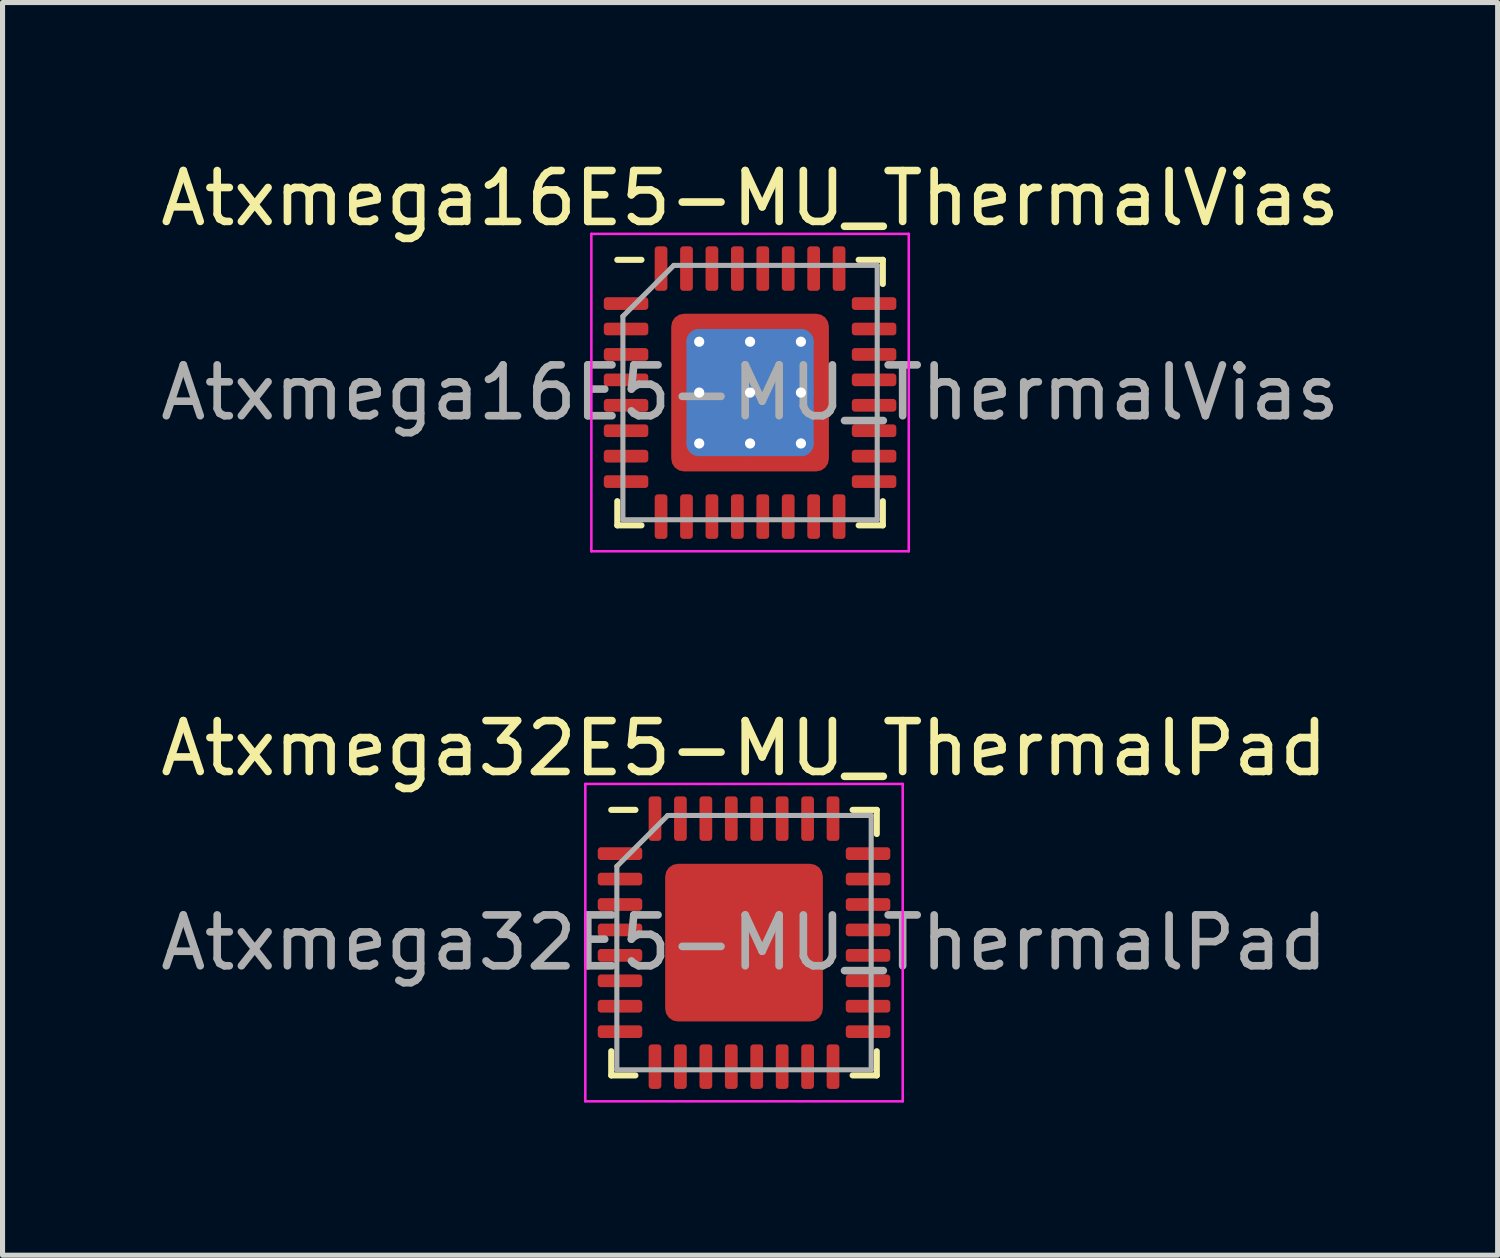
<source format=kicad_pcb>
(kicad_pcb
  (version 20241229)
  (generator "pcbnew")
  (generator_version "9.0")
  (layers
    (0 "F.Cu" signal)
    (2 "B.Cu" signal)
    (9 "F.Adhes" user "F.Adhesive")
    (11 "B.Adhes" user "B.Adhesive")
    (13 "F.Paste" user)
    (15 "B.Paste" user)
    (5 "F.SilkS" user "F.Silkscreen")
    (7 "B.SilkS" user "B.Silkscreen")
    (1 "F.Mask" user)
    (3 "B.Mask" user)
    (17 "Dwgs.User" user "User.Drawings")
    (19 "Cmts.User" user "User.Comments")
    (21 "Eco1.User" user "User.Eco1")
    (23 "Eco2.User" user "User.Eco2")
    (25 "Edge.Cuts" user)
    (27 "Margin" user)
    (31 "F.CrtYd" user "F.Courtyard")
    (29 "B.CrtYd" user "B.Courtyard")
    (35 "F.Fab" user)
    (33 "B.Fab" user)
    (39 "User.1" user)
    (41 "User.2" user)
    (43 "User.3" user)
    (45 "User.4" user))
  (footprint "Atxmega32E5-MU_ThermalPad"
    (layer "F.Cu")
    (at 11.577 15.482)
    (property "Reference" "Atxmega32E5-MU_ThermalPad" (at 0 -3.82 0) (layer "F.SilkS") (effects (font (size 1 1) (thickness 0.15))))
    (attr smd)
    (fp_line (start -2.61 2.61) (end -2.61 2.135) (stroke (width 0.12) (type solid)) (layer "F.SilkS"))
    (fp_line (start -2.135 -2.61) (end -2.61 -2.61) (stroke (width 0.12) (type solid)) (layer "F.SilkS"))
    (fp_line (start -2.135 2.61) (end -2.61 2.61) (stroke (width 0.12) (type solid)) (layer "F.SilkS"))
    (fp_line (start 2.135 -2.61) (end 2.61 -2.61) (stroke (width 0.12) (type solid)) (layer "F.SilkS"))
    (fp_line (start 2.135 2.61) (end 2.61 2.61) (stroke (width 0.12) (type solid)) (layer "F.SilkS"))
    (fp_line (start 2.61 -2.61) (end 2.61 -2.135) (stroke (width 0.12) (type solid)) (layer "F.SilkS"))
    (fp_line (start 2.61 2.61) (end 2.61 2.135) (stroke (width 0.12) (type solid)) (layer "F.SilkS"))
    (fp_line (start -3.12 -3.12) (end -3.12 3.12) (stroke (width 0.05) (type solid)) (layer "F.CrtYd"))
    (fp_line (start -3.12 3.12) (end 3.12 3.12) (stroke (width 0.05) (type solid)) (layer "F.CrtYd"))
    (fp_line (start 3.12 -3.12) (end -3.12 -3.12) (stroke (width 0.05) (type solid)) (layer "F.CrtYd"))
    (fp_line (start 3.12 3.12) (end 3.12 -3.12) (stroke (width 0.05) (type solid)) (layer "F.CrtYd"))
    (fp_line (start -2.5 -1.5) (end -1.5 -2.5) (stroke (width 0.1) (type solid)) (layer "F.Fab"))
    (fp_line (start -2.5 2.5) (end -2.5 -1.5) (stroke (width 0.1) (type solid)) (layer "F.Fab"))
    (fp_line (start -1.5 -2.5) (end 2.5 -2.5) (stroke (width 0.1) (type solid)) (layer "F.Fab"))
    (fp_line (start 2.5 -2.5) (end 2.5 2.5) (stroke (width 0.1) (type solid)) (layer "F.Fab"))
    (fp_line (start 2.5 2.5) (end -2.5 2.5) (stroke (width 0.1) (type solid)) (layer "F.Fab"))
    (fp_text user "${REFERENCE}" (at 0 0 0) (layer "F.Fab") (effects (font (size 1 1) (thickness 0.15))))
    (pad "" smd roundrect (at -1.03 -1.03) (size 0.83 0.83) (layers "F.Paste") (roundrect_rratio 0.25))
    (pad "" smd roundrect (at -1.03 0) (size 0.83 0.83) (layers "F.Paste") (roundrect_rratio 0.25))
    (pad "" smd roundrect (at -1.03 1.03) (size 0.83 0.83) (layers "F.Paste") (roundrect_rratio 0.25))
    (pad "" smd roundrect (at 0 -1.03) (size 0.83 0.83) (layers "F.Paste") (roundrect_rratio 0.25))
    (pad "" smd roundrect (at 0 0) (size 0.83 0.83) (layers "F.Paste") (roundrect_rratio 0.25))
    (pad "" smd roundrect (at 0 1.03) (size 0.83 0.83) (layers "F.Paste") (roundrect_rratio 0.25))
    (pad "" smd roundrect (at 1.03 -1.03) (size 0.83 0.83) (layers "F.Paste") (roundrect_rratio 0.25))
    (pad "" smd roundrect (at 1.03 0) (size 0.83 0.83) (layers "F.Paste") (roundrect_rratio 0.25))
    (pad "" smd roundrect (at 1.03 1.03) (size 0.83 0.83) (layers "F.Paste") (roundrect_rratio 0.25))
    (pad "1" smd roundrect (at -2.438 -1.75) (size 0.875 0.25) (layers "F.Cu" "F.Mask" "F.Paste") (roundrect_rratio 0.25))
    (pad "2" smd roundrect (at -2.438 -1.25) (size 0.875 0.25) (layers "F.Cu" "F.Mask" "F.Paste") (roundrect_rratio 0.25))
    (pad "3" smd roundrect (at -2.438 -0.75) (size 0.875 0.25) (layers "F.Cu" "F.Mask" "F.Paste") (roundrect_rratio 0.25))
    (pad "4" smd roundrect (at -2.438 -0.25) (size 0.875 0.25) (layers "F.Cu" "F.Mask" "F.Paste") (roundrect_rratio 0.25))
    (pad "5" smd roundrect (at -2.438 0.25) (size 0.875 0.25) (layers "F.Cu" "F.Mask" "F.Paste") (roundrect_rratio 0.25))
    (pad "6" smd roundrect (at -2.438 0.75) (size 0.875 0.25) (layers "F.Cu" "F.Mask" "F.Paste") (roundrect_rratio 0.25))
    (pad "7" smd roundrect (at -2.438 1.25) (size 0.875 0.25) (layers "F.Cu" "F.Mask" "F.Paste") (roundrect_rratio 0.25))
    (pad "8" smd roundrect (at -2.438 1.75) (size 0.875 0.25) (layers "F.Cu" "F.Mask" "F.Paste") (roundrect_rratio 0.25))
    (pad "9" smd roundrect (at -1.75 2.438) (size 0.25 0.875) (layers "F.Cu" "F.Mask" "F.Paste") (roundrect_rratio 0.25))
    (pad "10" smd roundrect (at -1.25 2.438) (size 0.25 0.875) (layers "F.Cu" "F.Mask" "F.Paste") (roundrect_rratio 0.25))
    (pad "11" smd roundrect (at -0.75 2.438) (size 0.25 0.875) (layers "F.Cu" "F.Mask" "F.Paste") (roundrect_rratio 0.25))
    (pad "12" smd roundrect (at -0.25 2.438) (size 0.25 0.875) (layers "F.Cu" "F.Mask" "F.Paste") (roundrect_rratio 0.25))
    (pad "13" smd roundrect (at 0.25 2.438) (size 0.25 0.875) (layers "F.Cu" "F.Mask" "F.Paste") (roundrect_rratio 0.25))
    (pad "14" smd roundrect (at 0.75 2.438) (size 0.25 0.875) (layers "F.Cu" "F.Mask" "F.Paste") (roundrect_rratio 0.25))
    (pad "15" smd roundrect (at 1.25 2.438) (size 0.25 0.875) (layers "F.Cu" "F.Mask" "F.Paste") (roundrect_rratio 0.25))
    (pad "16" smd roundrect (at 1.75 2.438) (size 0.25 0.875) (layers "F.Cu" "F.Mask" "F.Paste") (roundrect_rratio 0.25))
    (pad "17" smd roundrect (at 2.438 1.75) (size 0.875 0.25) (layers "F.Cu" "F.Mask" "F.Paste") (roundrect_rratio 0.25))
    (pad "18" smd roundrect (at 2.438 1.25) (size 0.875 0.25) (layers "F.Cu" "F.Mask" "F.Paste") (roundrect_rratio 0.25))
    (pad "19" smd roundrect (at 2.438 0.75) (size 0.875 0.25) (layers "F.Cu" "F.Mask" "F.Paste") (roundrect_rratio 0.25))
    (pad "20" smd roundrect (at 2.438 0.25) (size 0.875 0.25) (layers "F.Cu" "F.Mask" "F.Paste") (roundrect_rratio 0.25))
    (pad "21" smd roundrect (at 2.438 -0.25) (size 0.875 0.25) (layers "F.Cu" "F.Mask" "F.Paste") (roundrect_rratio 0.25))
    (pad "22" smd roundrect (at 2.438 -0.75) (size 0.875 0.25) (layers "F.Cu" "F.Mask" "F.Paste") (roundrect_rratio 0.25))
    (pad "23" smd roundrect (at 2.438 -1.25) (size 0.875 0.25) (layers "F.Cu" "F.Mask" "F.Paste") (roundrect_rratio 0.25))
    (pad "24" smd roundrect (at 2.438 -1.75) (size 0.875 0.25) (layers "F.Cu" "F.Mask" "F.Paste") (roundrect_rratio 0.25))
    (pad "25" smd roundrect (at 1.75 -2.438) (size 0.25 0.875) (layers "F.Cu" "F.Mask" "F.Paste") (roundrect_rratio 0.25))
    (pad "26" smd roundrect (at 1.25 -2.438) (size 0.25 0.875) (layers "F.Cu" "F.Mask" "F.Paste") (roundrect_rratio 0.25))
    (pad "27" smd roundrect (at 0.75 -2.438) (size 0.25 0.875) (layers "F.Cu" "F.Mask" "F.Paste") (roundrect_rratio 0.25))
    (pad "28" smd roundrect (at 0.25 -2.438) (size 0.25 0.875) (layers "F.Cu" "F.Mask" "F.Paste") (roundrect_rratio 0.25))
    (pad "29" smd roundrect (at -0.25 -2.438) (size 0.25 0.875) (layers "F.Cu" "F.Mask" "F.Paste") (roundrect_rratio 0.25))
    (pad "30" smd roundrect (at -0.75 -2.438) (size 0.25 0.875) (layers "F.Cu" "F.Mask" "F.Paste") (roundrect_rratio 0.25))
    (pad "31" smd roundrect (at -1.25 -2.438) (size 0.25 0.875) (layers "F.Cu" "F.Mask" "F.Paste") (roundrect_rratio 0.25))
    (pad "32" smd roundrect (at -1.75 -2.438) (size 0.25 0.875) (layers "F.Cu" "F.Mask" "F.Paste") (roundrect_rratio 0.25))
    (pad "33" smd roundrect (at 0 0) (size 3.1 3.1) (layers "F.Cu" "F.Mask") (roundrect_rratio 0.081)))
  (footprint "Atxmega16E5-MU_ThermalVias"
    (layer "F.Cu")
    (at 11.696 4.668)
    (property "Reference" "Atxmega16E5-MU_ThermalVias" (at 0 -3.82 0) (layer "F.SilkS") (effects (font (size 1 1) (thickness 0.15))))
    (attr smd)
    (fp_line (start -2.61 2.61) (end -2.61 2.135) (stroke (width 0.12) (type solid)) (layer "F.SilkS"))
    (fp_line (start -2.135 -2.61) (end -2.61 -2.61) (stroke (width 0.12) (type solid)) (layer "F.SilkS"))
    (fp_line (start -2.135 2.61) (end -2.61 2.61) (stroke (width 0.12) (type solid)) (layer "F.SilkS"))
    (fp_line (start 2.135 -2.61) (end 2.61 -2.61) (stroke (width 0.12) (type solid)) (layer "F.SilkS"))
    (fp_line (start 2.135 2.61) (end 2.61 2.61) (stroke (width 0.12) (type solid)) (layer "F.SilkS"))
    (fp_line (start 2.61 -2.61) (end 2.61 -2.135) (stroke (width 0.12) (type solid)) (layer "F.SilkS"))
    (fp_line (start 2.61 2.61) (end 2.61 2.135) (stroke (width 0.12) (type solid)) (layer "F.SilkS"))
    (fp_line (start -3.12 -3.12) (end -3.12 3.12) (stroke (width 0.05) (type solid)) (layer "F.CrtYd"))
    (fp_line (start -3.12 3.12) (end 3.12 3.12) (stroke (width 0.05) (type solid)) (layer "F.CrtYd"))
    (fp_line (start 3.12 -3.12) (end -3.12 -3.12) (stroke (width 0.05) (type solid)) (layer "F.CrtYd"))
    (fp_line (start 3.12 3.12) (end 3.12 -3.12) (stroke (width 0.05) (type solid)) (layer "F.CrtYd"))
    (fp_line (start -2.5 -1.5) (end -1.5 -2.5) (stroke (width 0.1) (type solid)) (layer "F.Fab"))
    (fp_line (start -2.5 2.5) (end -2.5 -1.5) (stroke (width 0.1) (type solid)) (layer "F.Fab"))
    (fp_line (start -1.5 -2.5) (end 2.5 -2.5) (stroke (width 0.1) (type solid)) (layer "F.Fab"))
    (fp_line (start 2.5 -2.5) (end 2.5 2.5) (stroke (width 0.1) (type solid)) (layer "F.Fab"))
    (fp_line (start 2.5 2.5) (end -2.5 2.5) (stroke (width 0.1) (type solid)) (layer "F.Fab"))
    (fp_text user "${REFERENCE}" (at 0 0 0) (layer "F.Fab") (effects (font (size 1 1) (thickness 0.15))))
    (pad "" smd custom (at -1.275 -1.275) (size 0.319 0.319) (layers "F.Paste") (options (anchor circle)) (primitives (gr_poly (pts (xy -0.222 -0.222) (xy 0.222 -0.222) (xy 0.222 0.045) (xy 0.045 0.222) (xy -0.222 0.222)) (width 0) (fill yes))))
    (pad "" smd custom (at -1.275 -0.5) (size 0.35 0.35) (layers "F.Paste") (options (anchor circle)) (primitives (gr_poly (pts (xy -0.222 -0.403) (xy 0.089 -0.403) (xy 0.222 -0.27) (xy 0.222 0.27) (xy 0.089 0.403) (xy -0.222 0.403)) (width 0) (fill yes))))
    (pad "" smd custom (at -1.275 0.5) (size 0.35 0.35) (layers "F.Paste") (options (anchor circle)) (primitives (gr_poly (pts (xy -0.222 -0.403) (xy 0.089 -0.403) (xy 0.222 -0.27) (xy 0.222 0.27) (xy 0.089 0.403) (xy -0.222 0.403)) (width 0) (fill yes))))
    (pad "" smd custom (at -1.275 1.275) (size 0.319 0.319) (layers "F.Paste") (options (anchor circle)) (primitives (gr_poly (pts (xy -0.222 -0.222) (xy 0.045 -0.222) (xy 0.222 -0.045) (xy 0.222 0.222) (xy -0.222 0.222)) (width 0) (fill yes))))
    (pad "" smd custom (at -0.5 -1.275) (size 0.35 0.35) (layers "F.Paste") (options (anchor circle)) (primitives (gr_poly (pts (xy -0.403 -0.222) (xy 0.403 -0.222) (xy 0.403 0.089) (xy 0.27 0.222) (xy -0.27 0.222) (xy -0.403 0.089)) (width 0) (fill yes))))
    (pad "" smd roundrect (at -0.5 -0.5) (size 0.806 0.806) (layers "F.Paste") (roundrect_rratio 0.25))
    (pad "" smd roundrect (at -0.5 0.5) (size 0.806 0.806) (layers "F.Paste") (roundrect_rratio 0.25))
    (pad "" smd custom (at -0.5 1.275) (size 0.35 0.35) (layers "F.Paste") (options (anchor circle)) (primitives (gr_poly (pts (xy -0.403 -0.089) (xy -0.27 -0.222) (xy 0.27 -0.222) (xy 0.403 -0.089) (xy 0.403 0.222) (xy -0.403 0.222)) (width 0) (fill yes))))
    (pad "" smd custom (at 0.5 -1.275) (size 0.35 0.35) (layers "F.Paste") (options (anchor circle)) (primitives (gr_poly (pts (xy -0.403 -0.222) (xy 0.403 -0.222) (xy 0.403 0.089) (xy 0.27 0.222) (xy -0.27 0.222) (xy -0.403 0.089)) (width 0) (fill yes))))
    (pad "" smd roundrect (at 0.5 -0.5) (size 0.806 0.806) (layers "F.Paste") (roundrect_rratio 0.25))
    (pad "" smd roundrect (at 0.5 0.5) (size 0.806 0.806) (layers "F.Paste") (roundrect_rratio 0.25))
    (pad "" smd custom (at 0.5 1.275) (size 0.35 0.35) (layers "F.Paste") (options (anchor circle)) (primitives (gr_poly (pts (xy -0.403 -0.089) (xy -0.27 -0.222) (xy 0.27 -0.222) (xy 0.403 -0.089) (xy 0.403 0.222) (xy -0.403 0.222)) (width 0) (fill yes))))
    (pad "" smd custom (at 1.275 -1.275) (size 0.319 0.319) (layers "F.Paste") (options (anchor circle)) (primitives (gr_poly (pts (xy -0.222 -0.222) (xy 0.222 -0.222) (xy 0.222 0.222) (xy -0.045 0.222) (xy -0.222 0.045)) (width 0) (fill yes))))
    (pad "" smd custom (at 1.275 -0.5) (size 0.35 0.35) (layers "F.Paste") (options (anchor circle)) (primitives (gr_poly (pts (xy -0.222 -0.27) (xy -0.089 -0.403) (xy 0.222 -0.403) (xy 0.222 0.403) (xy -0.089 0.403) (xy -0.222 0.27)) (width 0) (fill yes))))
    (pad "" smd custom (at 1.275 0.5) (size 0.35 0.35) (layers "F.Paste") (options (anchor circle)) (primitives (gr_poly (pts (xy -0.222 -0.27) (xy -0.089 -0.403) (xy 0.222 -0.403) (xy 0.222 0.403) (xy -0.089 0.403) (xy -0.222 0.27)) (width 0) (fill yes))))
    (pad "" smd custom (at 1.275 1.275) (size 0.319 0.319) (layers "F.Paste") (options (anchor circle)) (primitives (gr_poly (pts (xy -0.222 -0.045) (xy -0.045 -0.222) (xy 0.222 -0.222) (xy 0.222 0.222) (xy -0.222 0.222)) (width 0) (fill yes))))
    (pad "1" smd roundrect (at -2.438 -1.75) (size 0.875 0.25) (layers "F.Cu" "F.Mask" "F.Paste") (roundrect_rratio 0.25))
    (pad "2" smd roundrect (at -2.438 -1.25) (size 0.875 0.25) (layers "F.Cu" "F.Mask" "F.Paste") (roundrect_rratio 0.25))
    (pad "3" smd roundrect (at -2.438 -0.75) (size 0.875 0.25) (layers "F.Cu" "F.Mask" "F.Paste") (roundrect_rratio 0.25))
    (pad "4" smd roundrect (at -2.438 -0.25) (size 0.875 0.25) (layers "F.Cu" "F.Mask" "F.Paste") (roundrect_rratio 0.25))
    (pad "5" smd roundrect (at -2.438 0.25) (size 0.875 0.25) (layers "F.Cu" "F.Mask" "F.Paste") (roundrect_rratio 0.25))
    (pad "6" smd roundrect (at -2.438 0.75) (size 0.875 0.25) (layers "F.Cu" "F.Mask" "F.Paste") (roundrect_rratio 0.25))
    (pad "7" smd roundrect (at -2.438 1.25) (size 0.875 0.25) (layers "F.Cu" "F.Mask" "F.Paste") (roundrect_rratio 0.25))
    (pad "8" smd roundrect (at -2.438 1.75) (size 0.875 0.25) (layers "F.Cu" "F.Mask" "F.Paste") (roundrect_rratio 0.25))
    (pad "9" smd roundrect (at -1.75 2.438) (size 0.25 0.875) (layers "F.Cu" "F.Mask" "F.Paste") (roundrect_rratio 0.25))
    (pad "10" smd roundrect (at -1.25 2.438) (size 0.25 0.875) (layers "F.Cu" "F.Mask" "F.Paste") (roundrect_rratio 0.25))
    (pad "11" smd roundrect (at -0.75 2.438) (size 0.25 0.875) (layers "F.Cu" "F.Mask" "F.Paste") (roundrect_rratio 0.25))
    (pad "12" smd roundrect (at -0.25 2.438) (size 0.25 0.875) (layers "F.Cu" "F.Mask" "F.Paste") (roundrect_rratio 0.25))
    (pad "13" smd roundrect (at 0.25 2.438) (size 0.25 0.875) (layers "F.Cu" "F.Mask" "F.Paste") (roundrect_rratio 0.25))
    (pad "14" smd roundrect (at 0.75 2.438) (size 0.25 0.875) (layers "F.Cu" "F.Mask" "F.Paste") (roundrect_rratio 0.25))
    (pad "15" smd roundrect (at 1.25 2.438) (size 0.25 0.875) (layers "F.Cu" "F.Mask" "F.Paste") (roundrect_rratio 0.25))
    (pad "16" smd roundrect (at 1.75 2.438) (size 0.25 0.875) (layers "F.Cu" "F.Mask" "F.Paste") (roundrect_rratio 0.25))
    (pad "17" smd roundrect (at 2.438 1.75) (size 0.875 0.25) (layers "F.Cu" "F.Mask" "F.Paste") (roundrect_rratio 0.25))
    (pad "18" smd roundrect (at 2.438 1.25) (size 0.875 0.25) (layers "F.Cu" "F.Mask" "F.Paste") (roundrect_rratio 0.25))
    (pad "19" smd roundrect (at 2.438 0.75) (size 0.875 0.25) (layers "F.Cu" "F.Mask" "F.Paste") (roundrect_rratio 0.25))
    (pad "20" smd roundrect (at 2.438 0.25) (size 0.875 0.25) (layers "F.Cu" "F.Mask" "F.Paste") (roundrect_rratio 0.25))
    (pad "21" smd roundrect (at 2.438 -0.25) (size 0.875 0.25) (layers "F.Cu" "F.Mask" "F.Paste") (roundrect_rratio 0.25))
    (pad "22" smd roundrect (at 2.438 -0.75) (size 0.875 0.25) (layers "F.Cu" "F.Mask" "F.Paste") (roundrect_rratio 0.25))
    (pad "23" smd roundrect (at 2.438 -1.25) (size 0.875 0.25) (layers "F.Cu" "F.Mask" "F.Paste") (roundrect_rratio 0.25))
    (pad "24" smd roundrect (at 2.438 -1.75) (size 0.875 0.25) (layers "F.Cu" "F.Mask" "F.Paste") (roundrect_rratio 0.25))
    (pad "25" smd roundrect (at 1.75 -2.438) (size 0.25 0.875) (layers "F.Cu" "F.Mask" "F.Paste") (roundrect_rratio 0.25))
    (pad "26" smd roundrect (at 1.25 -2.438) (size 0.25 0.875) (layers "F.Cu" "F.Mask" "F.Paste") (roundrect_rratio 0.25))
    (pad "27" smd roundrect (at 0.75 -2.438) (size 0.25 0.875) (layers "F.Cu" "F.Mask" "F.Paste") (roundrect_rratio 0.25))
    (pad "28" smd roundrect (at 0.25 -2.438) (size 0.25 0.875) (layers "F.Cu" "F.Mask" "F.Paste") (roundrect_rratio 0.25))
    (pad "29" smd roundrect (at -0.25 -2.438) (size 0.25 0.875) (layers "F.Cu" "F.Mask" "F.Paste") (roundrect_rratio 0.25))
    (pad "30" smd roundrect (at -0.75 -2.438) (size 0.25 0.875) (layers "F.Cu" "F.Mask" "F.Paste") (roundrect_rratio 0.25))
    (pad "31" smd roundrect (at -1.25 -2.438) (size 0.25 0.875) (layers "F.Cu" "F.Mask" "F.Paste") (roundrect_rratio 0.25))
    (pad "32" smd roundrect (at -1.75 -2.438) (size 0.25 0.875) (layers "F.Cu" "F.Mask" "F.Paste") (roundrect_rratio 0.25))
    (pad "33" thru_hole circle (at -1 -1) (size 0.5 0.5) (drill 0.2) (layers "*.Cu"))
    (pad "33" thru_hole circle (at -1 0) (size 0.5 0.5) (drill 0.2) (layers "*.Cu"))
    (pad "33" thru_hole circle (at -1 1) (size 0.5 0.5) (drill 0.2) (layers "*.Cu"))
    (pad "33" thru_hole circle (at 0 -1) (size 0.5 0.5) (drill 0.2) (layers "*.Cu"))
    (pad "33" thru_hole circle (at 0 0) (size 0.5 0.5) (drill 0.2) (layers "*.Cu"))
    (pad "33" smd roundrect (at 0 0) (size 2.5 2.5) (layers "B.Cu") (roundrect_rratio 0.1))
    (pad "33" smd roundrect (at 0 0) (size 3.1 3.1) (layers "F.Cu" "F.Mask") (roundrect_rratio 0.081))
    (pad "33" thru_hole circle (at 0 1) (size 0.5 0.5) (drill 0.2) (layers "*.Cu"))
    (pad "33" thru_hole circle (at 1 -1) (size 0.5 0.5) (drill 0.2) (layers "*.Cu"))
    (pad "33" thru_hole circle (at 1 0) (size 0.5 0.5) (drill 0.2) (layers "*.Cu"))
    (pad "33" thru_hole circle (at 1 1) (size 0.5 0.5) (drill 0.2) (layers "*.Cu")))
  (gr_rect
    (start -3 -3)
    (end 26.393 21.627)
    (stroke (width 0.1) (type default))
    (fill no)
    (layer "Edge.Cuts")))
</source>
